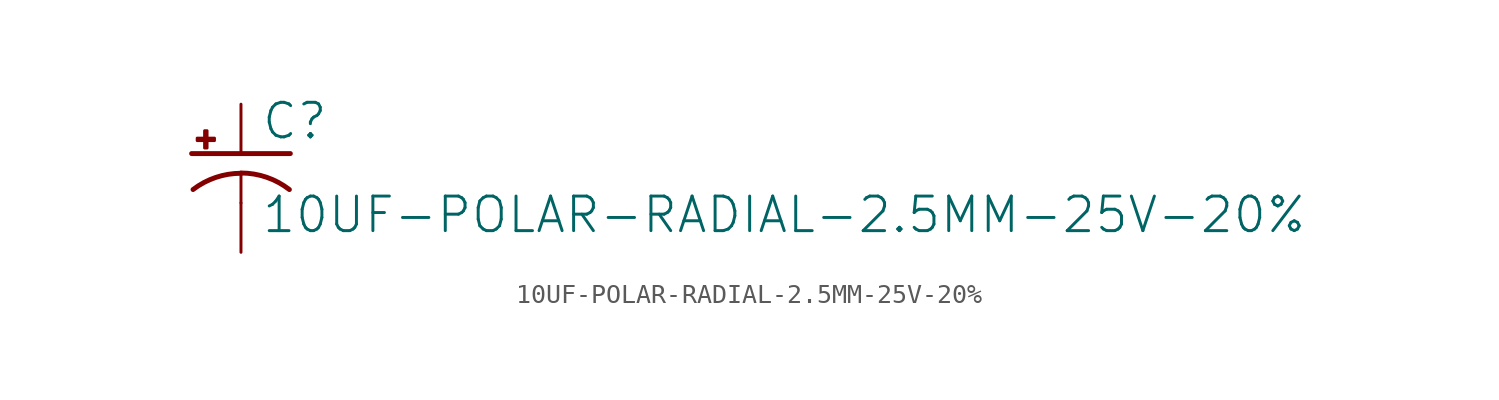
<source format=kicad_sym>
(kicad_symbol_lib
  (version 20211014)
  (generator kicad_symbol_editor)
  (symbol "10UF-POLAR-RADIAL-2.5MM-25V-20%"
    (property "Reference" "C"
      (at 1.016 0.635 0)
      (effects (font (size 1.778 1.778)) (justify left bottom)))
    (property "Value" "10UF-POLAR-RADIAL-2.5MM-25V-20%"
      (at 1.016 -4.191 0)
      (effects (font (size 1.778 1.778)) (justify left bottom)))
    (property "ki_locked" ""
      (at 0 0 0)
      (effects (font (size 1.27 1.27))))
    (symbol "10UF-POLAR-RADIAL-2.5MM-25V-20%_1_0"
      (rectangle (start -2.253 0.668) (end -1.364 0.795) (stroke (width 0) (type default) (color 0 0 0 0)) (fill (type outline)))
      (rectangle (start -1.872 0.287) (end -1.745 1.176) (stroke (width 0) (type default) (color 0 0 0 0)) (fill (type outline)))
      (arc (start 0 -1.0161) (mid -1.3021 -1.2302) (end -2.4669 -1.8504) (stroke (width 0.254) (type default) (color 0 0 0 0)) (fill (type none)))
      (polyline (pts (xy -2.54 0) (xy 2.54 0)) (stroke (width 0.254) (type default) (color 0 0 0 0)) (fill (type none)))
      (polyline (pts (xy 0 -1.016) (xy 0 -2.54)) (stroke (width 0.152) (type default) (color 0 0 0 0)) (fill (type none)))
      (arc (start 2.4892 -1.8542) (mid 1.3158 -1.2195) (end 0 -1) (stroke (width 0.254) (type default) (color 0 0 0 0)) (fill (type none)))
      (pin passive line (at 0 2.54 270) (length 2.54) (name "+" (effects (font (size 0 0)))) (number "1" (effects (font (size 0 0)))))
      (pin passive line (at 0 -5.08 90) (length 2.54) (name "-" (effects (font (size 0 0)))) (number "2" (effects (font (size 0 0))))))))
</source>
